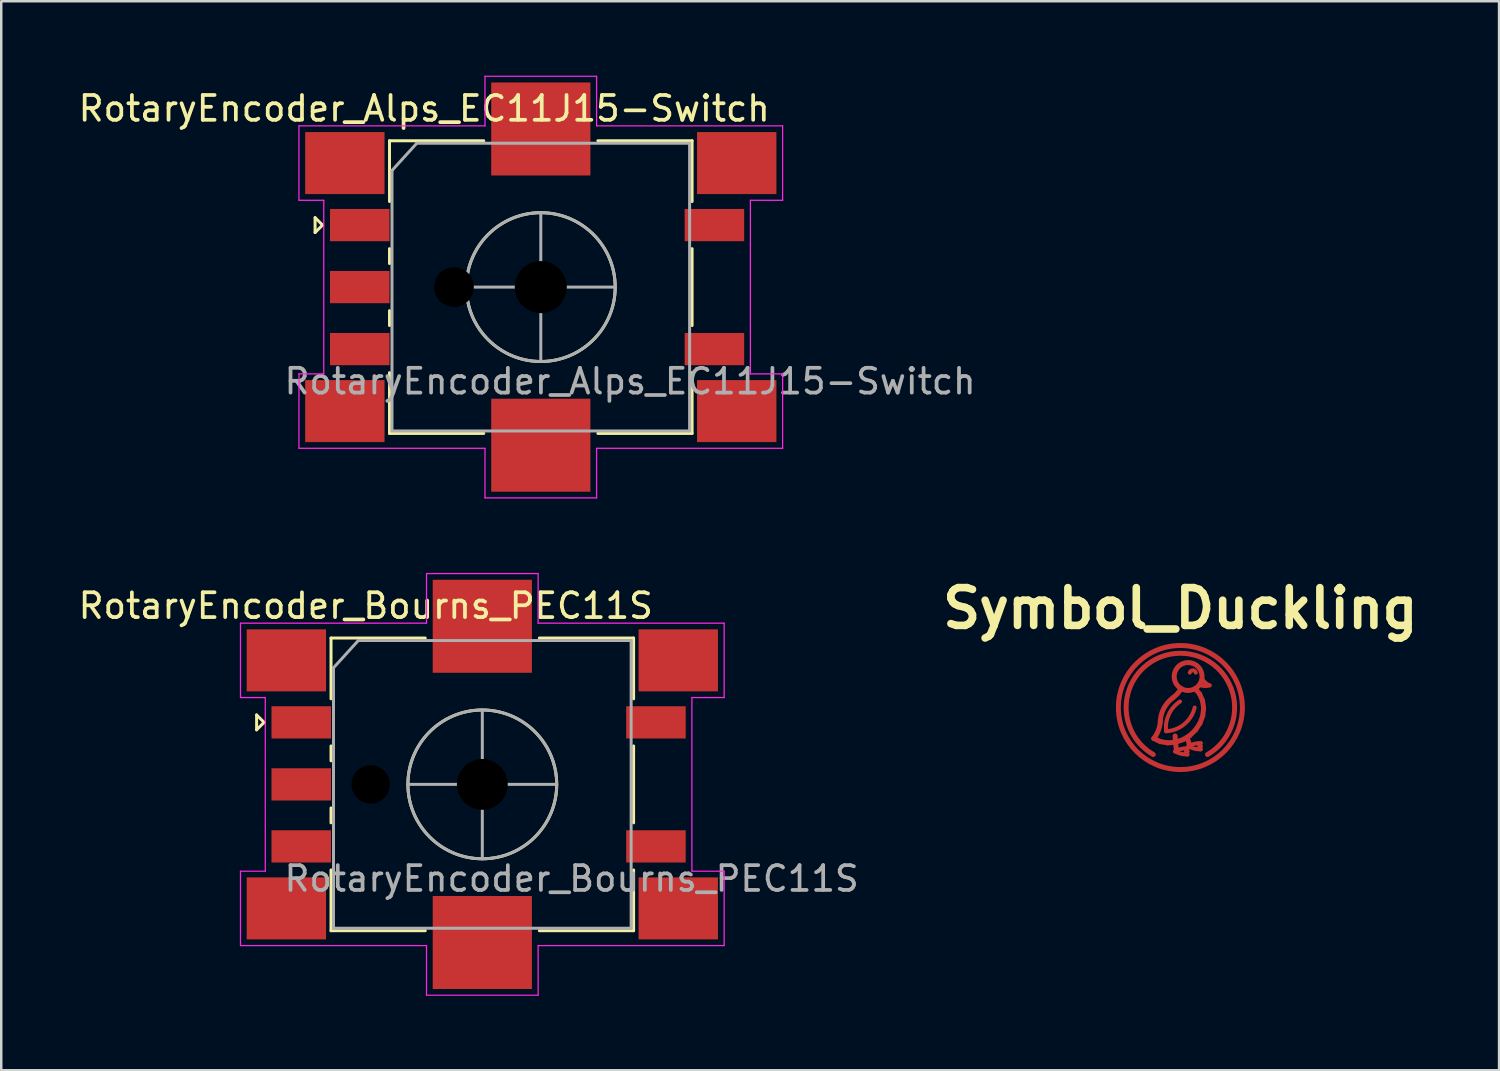
<source format=kicad_pcb>
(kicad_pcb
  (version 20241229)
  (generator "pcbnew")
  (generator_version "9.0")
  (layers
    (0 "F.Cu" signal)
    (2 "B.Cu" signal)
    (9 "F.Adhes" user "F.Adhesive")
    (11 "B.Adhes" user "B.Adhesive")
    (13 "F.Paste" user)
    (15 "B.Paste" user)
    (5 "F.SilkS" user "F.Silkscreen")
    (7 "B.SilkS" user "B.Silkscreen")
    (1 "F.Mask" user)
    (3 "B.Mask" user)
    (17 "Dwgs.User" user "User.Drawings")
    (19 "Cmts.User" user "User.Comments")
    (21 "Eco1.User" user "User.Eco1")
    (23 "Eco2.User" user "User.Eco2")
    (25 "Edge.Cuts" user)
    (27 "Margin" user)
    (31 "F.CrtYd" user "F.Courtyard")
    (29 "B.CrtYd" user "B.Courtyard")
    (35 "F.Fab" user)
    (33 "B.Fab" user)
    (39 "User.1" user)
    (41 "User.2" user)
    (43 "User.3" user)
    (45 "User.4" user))
  (footprint "RotaryEncoder_Alps_EC11J15-Switch"
    (layer "F.Cu")
    (at 18.754 8.525)
    (property "Reference" "RotaryEncoder_Alps_EC11J15-Switch" (at -4.7 -7.2 0) (layer "F.SilkS") (effects (font (size 1 1) (thickness 0.15))))
    (attr smd)
    (fp_line (start -9.1 -2.8) (end -8.8 -2.5) (stroke (width 0.12) (type solid)) (layer "F.SilkS"))
    (fp_line (start -9.1 -2.2) (end -9.1 -2.8) (stroke (width 0.12) (type solid)) (layer "F.SilkS"))
    (fp_line (start -8.8 -2.5) (end -9.1 -2.2) (stroke (width 0.12) (type solid)) (layer "F.SilkS"))
    (fp_line (start -6.1 -5.9) (end -6.1 -3.45) (stroke (width 0.12) (type solid)) (layer "F.SilkS"))
    (fp_line (start -6.1 -1.55) (end -6.1 -0.95) (stroke (width 0.12) (type solid)) (layer "F.SilkS"))
    (fp_line (start -6.1 1.55) (end -6.1 0.95) (stroke (width 0.12) (type solid)) (layer "F.SilkS"))
    (fp_line (start -6.1 3.45) (end -6.1 5.9) (stroke (width 0.12) (type solid)) (layer "F.SilkS"))
    (fp_line (start -2.3 -5.9) (end -6.1 -5.9) (stroke (width 0.12) (type solid)) (layer "F.SilkS"))
    (fp_line (start -2.3 5.9) (end -6.1 5.9) (stroke (width 0.12) (type solid)) (layer "F.SilkS"))
    (fp_line (start -0.5 0) (end 0.5 0) (stroke (width 0.12) (type solid)) (layer "F.SilkS"))
    (fp_line (start 0 -0.5) (end 0 0.5) (stroke (width 0.12) (type solid)) (layer "F.SilkS"))
    (fp_line (start 2.3 -5.9) (end 6.1 -5.9) (stroke (width 0.12) (type solid)) (layer "F.SilkS"))
    (fp_line (start 6.1 -5.9) (end 6.1 -3.45) (stroke (width 0.12) (type solid)) (layer "F.SilkS"))
    (fp_line (start 6.1 -1.55) (end 6.1 1.55) (stroke (width 0.12) (type solid)) (layer "F.SilkS"))
    (fp_line (start 6.1 3.45) (end 6.1 5.9) (stroke (width 0.12) (type solid)) (layer "F.SilkS"))
    (fp_line (start 6.1 5.9) (end 2.3 5.9) (stroke (width 0.12) (type solid)) (layer "F.SilkS"))
    (fp_circle (center 0 0) (end 3 0) (stroke (width 0.12) (type solid)) (fill no) (layer "F.SilkS"))
    (fp_line (start -9.75 -6.5) (end -9.75 -3.5) (stroke (width 0.05) (type solid)) (layer "F.CrtYd"))
    (fp_line (start -9.75 -6.5) (end -2.25 -6.5) (stroke (width 0.05) (type solid)) (layer "F.CrtYd"))
    (fp_line (start -9.75 3.5) (end -9.75 6.5) (stroke (width 0.05) (type solid)) (layer "F.CrtYd"))
    (fp_line (start -9.75 6.5) (end -2.25 6.5) (stroke (width 0.05) (type solid)) (layer "F.CrtYd"))
    (fp_line (start -8.75 -3.5) (end -9.75 -3.5) (stroke (width 0.05) (type solid)) (layer "F.CrtYd"))
    (fp_line (start -8.75 3.5) (end -9.75 3.5) (stroke (width 0.05) (type solid)) (layer "F.CrtYd"))
    (fp_line (start -8.75 3.5) (end -8.75 -3.5) (stroke (width 0.05) (type solid)) (layer "F.CrtYd"))
    (fp_line (start -2.25 -8.5) (end 2.25 -8.5) (stroke (width 0.05) (type solid)) (layer "F.CrtYd"))
    (fp_line (start -2.25 -6.5) (end -2.25 -8.5) (stroke (width 0.05) (type solid)) (layer "F.CrtYd"))
    (fp_line (start -2.25 8.5) (end -2.25 6.5) (stroke (width 0.05) (type solid)) (layer "F.CrtYd"))
    (fp_line (start 2.25 -6.5) (end 2.25 -8.5) (stroke (width 0.05) (type solid)) (layer "F.CrtYd"))
    (fp_line (start 2.25 8.5) (end -2.25 8.5) (stroke (width 0.05) (type solid)) (layer "F.CrtYd"))
    (fp_line (start 2.25 8.5) (end 2.25 6.5) (stroke (width 0.05) (type solid)) (layer "F.CrtYd"))
    (fp_line (start 8.45 3.5) (end 8.45 -3.5) (stroke (width 0.05) (type solid)) (layer "F.CrtYd"))
    (fp_line (start 9.75 -6.5) (end 2.25 -6.5) (stroke (width 0.05) (type solid)) (layer "F.CrtYd"))
    (fp_line (start 9.75 -3.5) (end 8.45 -3.5) (stroke (width 0.05) (type solid)) (layer "F.CrtYd"))
    (fp_line (start 9.75 -3.5) (end 9.75 -6.5) (stroke (width 0.05) (type solid)) (layer "F.CrtYd"))
    (fp_line (start 9.75 3.5) (end 8.45 3.5) (stroke (width 0.05) (type solid)) (layer "F.CrtYd"))
    (fp_line (start 9.75 6.5) (end 2.25 6.5) (stroke (width 0.05) (type solid)) (layer "F.CrtYd"))
    (fp_line (start 9.75 6.5) (end 9.75 3.5) (stroke (width 0.05) (type solid)) (layer "F.CrtYd"))
    (fp_line (start -6 -4.7) (end -5 -5.8) (stroke (width 0.12) (type solid)) (layer "F.Fab"))
    (fp_line (start -6 5.8) (end -6 -4.7) (stroke (width 0.12) (type solid)) (layer "F.Fab"))
    (fp_line (start -5 -5.8) (end 6 -5.8) (stroke (width 0.12) (type solid)) (layer "F.Fab"))
    (fp_line (start -3 0) (end 3 0) (stroke (width 0.12) (type solid)) (layer "F.Fab"))
    (fp_line (start 0 -3) (end 0 3) (stroke (width 0.12) (type solid)) (layer "F.Fab"))
    (fp_line (start 6 -5.8) (end 6 5.8) (stroke (width 0.12) (type solid)) (layer "F.Fab"))
    (fp_line (start 6 5.8) (end -6 5.8) (stroke (width 0.12) (type solid)) (layer "F.Fab"))
    (fp_circle (center 0 0) (end 3 0) (stroke (width 0.12) (type solid)) (fill no) (layer "F.Fab"))
    (fp_text user "${REFERENCE}" (at 3.6 3.8 0) (layer "F.Fab") (effects (font (size 1 1) (thickness 0.15))))
    (pad "" np_thru_hole circle (at -3.5 0) (size 1.6 1.6) (drill oval 2 1.6) (layers "*.Mask"))
    (pad "" np_thru_hole circle (at 0 0) (size 2.1 2.1) (drill 2.1) (layers "*.Mask"))
    (pad "A" smd rect (at -7.3 -2.5) (size 2.4 1.3) (layers "F.Cu" "F.Mask" "F.Paste"))
    (pad "B" smd rect (at -7.3 2.5) (size 2.4 1.3) (layers "F.Cu" "F.Mask" "F.Paste"))
    (pad "C" smd rect (at -7.3 0) (size 2.4 1.3) (layers "F.Cu" "F.Mask" "F.Paste"))
    (pad "MP" smd rect (at -7.9 -5) (size 3.2 2.5) (layers "F.Cu" "F.Mask" "F.Paste"))
    (pad "MP" smd rect (at -7.9 5) (size 3.2 2.5) (layers "F.Cu" "F.Mask" "F.Paste"))
    (pad "MP" smd rect (at 0 -6.375) (size 4 3.75) (layers "F.Cu" "F.Mask" "F.Paste"))
    (pad "MP" smd rect (at 0 6.375) (size 4 3.75) (layers "F.Cu" "F.Mask" "F.Paste"))
    (pad "MP" smd rect (at 7.9 -5) (size 3.2 2.5) (layers "F.Cu" "F.Mask" "F.Paste"))
    (pad "MP" smd rect (at 7.9 5) (size 3.2 2.5) (layers "F.Cu" "F.Mask" "F.Paste"))
    (pad "S1" smd rect (at 7 2.5) (size 2.4 1.3) (layers "F.Cu" "F.Mask" "F.Paste"))
    (pad "S2" smd rect (at 7 -2.5) (size 2.4 1.3) (layers "F.Cu" "F.Mask" "F.Paste"))
    (zone (net_name "") (layer "F.Cu") (hatch full 0.508) (connect_pads) (min_thickness 0.254) (filled_areas_thickness no) (keepout (tracks not_allowed) (vias not_allowed) (pads not_allowed) (copperpour not_allowed) (footprints allowed)) (placement (enabled no)) (fill) (polygon (pts (xy 16.004 5.375) (xy 13.754 5.375) (xy 13.754 2.025) (xy 16.004 2.025))))
    (zone (net_name "") (layer "F.Cu") (hatch full 0.508) (connect_pads) (min_thickness 0.254) (filled_areas_thickness no) (keepout (tracks not_allowed) (vias not_allowed) (pads not_allowed) (copperpour not_allowed) (footprints allowed)) (placement (enabled no)) (fill) (polygon (pts (xy 16.004 15.025) (xy 13.754 15.025) (xy 13.754 11.675) (xy 16.004 11.675))))
    (zone (net_name "") (layer "F.Cu") (hatch full 0.508) (connect_pads) (min_thickness 0.254) (filled_areas_thickness no) (keepout (tracks not_allowed) (vias not_allowed) (pads not_allowed) (copperpour not_allowed) (footprints allowed)) (placement (enabled no)) (fill) (polygon (pts (xy 23.754 5.375) (xy 21.504 5.375) (xy 21.504 2.025) (xy 23.754 2.025))))
    (zone (net_name "") (layer "F.Cu") (hatch full 0.508) (connect_pads) (min_thickness 0.254) (filled_areas_thickness no) (keepout (tracks not_allowed) (vias not_allowed) (pads not_allowed) (copperpour not_allowed) (footprints allowed)) (placement (enabled no)) (fill) (polygon (pts (xy 23.754 15.025) (xy 21.504 15.025) (xy 21.504 11.675) (xy 23.754 11.675)))))
  (footprint "RotaryEncoder_Bourns_PEC11S"
    (layer "F.Cu")
    (at 16.396 28.575)
    (property "Reference" "RotaryEncoder_Bourns_PEC11S" (at -4.7 -7.2 0) (layer "F.SilkS") (effects (font (size 1 1) (thickness 0.15))))
    (attr smd)
    (fp_line (start -9.1 -2.8) (end -8.8 -2.5) (stroke (width 0.12) (type solid)) (layer "F.SilkS"))
    (fp_line (start -9.1 -2.2) (end -9.1 -2.8) (stroke (width 0.12) (type solid)) (layer "F.SilkS"))
    (fp_line (start -8.8 -2.5) (end -9.1 -2.2) (stroke (width 0.12) (type solid)) (layer "F.SilkS"))
    (fp_line (start -6.1 -5.9) (end -6.1 -3.45) (stroke (width 0.12) (type solid)) (layer "F.SilkS"))
    (fp_line (start -6.1 -1.55) (end -6.1 -0.95) (stroke (width 0.12) (type solid)) (layer "F.SilkS"))
    (fp_line (start -6.1 1.55) (end -6.1 0.95) (stroke (width 0.12) (type solid)) (layer "F.SilkS"))
    (fp_line (start -6.1 3.45) (end -6.1 5.9) (stroke (width 0.12) (type solid)) (layer "F.SilkS"))
    (fp_line (start -2.3 -5.9) (end -6.1 -5.9) (stroke (width 0.12) (type solid)) (layer "F.SilkS"))
    (fp_line (start -2.3 5.9) (end -6.1 5.9) (stroke (width 0.12) (type solid)) (layer "F.SilkS"))
    (fp_line (start -0.5 0) (end 0.5 0) (stroke (width 0.12) (type solid)) (layer "F.SilkS"))
    (fp_line (start 0 -0.5) (end 0 0.5) (stroke (width 0.12) (type solid)) (layer "F.SilkS"))
    (fp_line (start 2.3 -5.9) (end 6.1 -5.9) (stroke (width 0.12) (type solid)) (layer "F.SilkS"))
    (fp_line (start 6.1 -5.9) (end 6.1 -3.45) (stroke (width 0.12) (type solid)) (layer "F.SilkS"))
    (fp_line (start 6.1 -1.55) (end 6.1 1.55) (stroke (width 0.12) (type solid)) (layer "F.SilkS"))
    (fp_line (start 6.1 3.45) (end 6.1 5.9) (stroke (width 0.12) (type solid)) (layer "F.SilkS"))
    (fp_line (start 6.1 5.9) (end 2.3 5.9) (stroke (width 0.12) (type solid)) (layer "F.SilkS"))
    (fp_circle (center 0 0) (end 3 0) (stroke (width 0.12) (type solid)) (fill no) (layer "F.SilkS"))
    (fp_line (start -9.75 -6.5) (end -9.75 -3.5) (stroke (width 0.05) (type solid)) (layer "F.CrtYd"))
    (fp_line (start -9.75 -6.5) (end -2.25 -6.5) (stroke (width 0.05) (type solid)) (layer "F.CrtYd"))
    (fp_line (start -9.75 3.5) (end -9.75 6.5) (stroke (width 0.05) (type solid)) (layer "F.CrtYd"))
    (fp_line (start -9.75 6.5) (end -2.25 6.5) (stroke (width 0.05) (type solid)) (layer "F.CrtYd"))
    (fp_line (start -8.75 -3.5) (end -9.75 -3.5) (stroke (width 0.05) (type solid)) (layer "F.CrtYd"))
    (fp_line (start -8.75 3.5) (end -9.75 3.5) (stroke (width 0.05) (type solid)) (layer "F.CrtYd"))
    (fp_line (start -8.75 3.5) (end -8.75 -3.5) (stroke (width 0.05) (type solid)) (layer "F.CrtYd"))
    (fp_line (start -2.25 -8.5) (end 2.25 -8.5) (stroke (width 0.05) (type solid)) (layer "F.CrtYd"))
    (fp_line (start -2.25 -6.5) (end -2.25 -8.5) (stroke (width 0.05) (type solid)) (layer "F.CrtYd"))
    (fp_line (start -2.25 8.5) (end -2.25 6.5) (stroke (width 0.05) (type solid)) (layer "F.CrtYd"))
    (fp_line (start 2.25 -6.5) (end 2.25 -8.5) (stroke (width 0.05) (type solid)) (layer "F.CrtYd"))
    (fp_line (start 2.25 8.5) (end -2.25 8.5) (stroke (width 0.05) (type solid)) (layer "F.CrtYd"))
    (fp_line (start 2.25 8.5) (end 2.25 6.5) (stroke (width 0.05) (type solid)) (layer "F.CrtYd"))
    (fp_line (start 8.45 3.5) (end 8.45 -3.5) (stroke (width 0.05) (type solid)) (layer "F.CrtYd"))
    (fp_line (start 9.75 -6.5) (end 2.25 -6.5) (stroke (width 0.05) (type solid)) (layer "F.CrtYd"))
    (fp_line (start 9.75 -3.5) (end 8.45 -3.5) (stroke (width 0.05) (type solid)) (layer "F.CrtYd"))
    (fp_line (start 9.75 -3.5) (end 9.75 -6.5) (stroke (width 0.05) (type solid)) (layer "F.CrtYd"))
    (fp_line (start 9.75 3.5) (end 8.45 3.5) (stroke (width 0.05) (type solid)) (layer "F.CrtYd"))
    (fp_line (start 9.75 6.5) (end 2.25 6.5) (stroke (width 0.05) (type solid)) (layer "F.CrtYd"))
    (fp_line (start 9.75 6.5) (end 9.75 3.5) (stroke (width 0.05) (type solid)) (layer "F.CrtYd"))
    (fp_line (start -6 -4.7) (end -5 -5.8) (stroke (width 0.12) (type solid)) (layer "F.Fab"))
    (fp_line (start -6 5.8) (end -6 -4.7) (stroke (width 0.12) (type solid)) (layer "F.Fab"))
    (fp_line (start -5 -5.8) (end 6 -5.8) (stroke (width 0.12) (type solid)) (layer "F.Fab"))
    (fp_line (start -3 0) (end 3 0) (stroke (width 0.12) (type solid)) (layer "F.Fab"))
    (fp_line (start 0 -3) (end 0 3) (stroke (width 0.12) (type solid)) (layer "F.Fab"))
    (fp_line (start 6 -5.8) (end 6 5.8) (stroke (width 0.12) (type solid)) (layer "F.Fab"))
    (fp_line (start 6 5.8) (end -6 5.8) (stroke (width 0.12) (type solid)) (layer "F.Fab"))
    (fp_circle (center 0 0) (end 3 0) (stroke (width 0.12) (type solid)) (fill no) (layer "F.Fab"))
    (fp_text user "${REFERENCE}" (at 3.6 3.8 0) (layer "F.Fab") (effects (font (size 1 1) (thickness 0.15))))
    (pad "" np_thru_hole circle (at -4.5 0) (size 1.55 1.55) (drill oval 2.2 1.55) (layers "*.Mask"))
    (pad "" np_thru_hole circle (at 0 0) (size 2.05 2.05) (drill 2.05) (layers "*.Mask"))
    (pad "A" smd rect (at -7.3 -2.5) (size 2.4 1.3) (layers "F.Cu" "F.Mask" "F.Paste"))
    (pad "B" smd rect (at -7.3 2.5) (size 2.4 1.3) (layers "F.Cu" "F.Mask" "F.Paste"))
    (pad "C" smd rect (at -7.3 0) (size 2.4 1.3) (layers "F.Cu" "F.Mask" "F.Paste"))
    (pad "MP" smd rect (at -7.9 -5) (size 3.2 2.5) (layers "F.Cu" "F.Mask" "F.Paste"))
    (pad "MP" smd rect (at -7.9 5) (size 3.2 2.5) (layers "F.Cu" "F.Mask" "F.Paste"))
    (pad "MP" smd rect (at 0 -6.375) (size 4 3.75) (layers "F.Cu" "F.Mask" "F.Paste"))
    (pad "MP" smd rect (at 0 6.375) (size 4 3.75) (layers "F.Cu" "F.Mask" "F.Paste"))
    (pad "MP" smd rect (at 7.9 -5) (size 3.2 2.5) (layers "F.Cu" "F.Mask" "F.Paste"))
    (pad "MP" smd rect (at 7.9 5) (size 3.2 2.5) (layers "F.Cu" "F.Mask" "F.Paste"))
    (pad "S1" smd rect (at 7 2.5) (size 2.4 1.3) (layers "F.Cu" "F.Mask" "F.Paste"))
    (pad "S2" smd rect (at 7 -2.5) (size 2.4 1.3) (layers "F.Cu" "F.Mask" "F.Paste"))
    (zone (net_name "") (layer "F.Cu") (hatch full 0.508) (connect_pads) (min_thickness 0.254) (filled_areas_thickness no) (keepout (tracks not_allowed) (vias not_allowed) (pads not_allowed) (copperpour not_allowed) (footprints allowed)) (placement (enabled no)) (fill) (polygon (pts (xy 13.646 25.425) (xy 11.396 25.425) (xy 11.396 22.075) (xy 13.646 22.075))))
    (zone (net_name "") (layer "F.Cu") (hatch full 0.508) (connect_pads) (min_thickness 0.254) (filled_areas_thickness no) (keepout (tracks not_allowed) (vias not_allowed) (pads not_allowed) (copperpour not_allowed) (footprints allowed)) (placement (enabled no)) (fill) (polygon (pts (xy 13.646 35.075) (xy 11.396 35.075) (xy 11.396 31.725) (xy 13.646 31.725))))
    (zone (net_name "") (layer "F.Cu") (hatch full 0.508) (connect_pads) (min_thickness 0.254) (filled_areas_thickness no) (keepout (tracks not_allowed) (vias not_allowed) (pads not_allowed) (copperpour not_allowed) (footprints allowed)) (placement (enabled no)) (fill) (polygon (pts (xy 21.396 25.425) (xy 19.146 25.425) (xy 19.146 22.075) (xy 21.396 22.075))))
    (zone (net_name "") (layer "F.Cu") (hatch full 0.508) (connect_pads) (min_thickness 0.254) (filled_areas_thickness no) (keepout (tracks not_allowed) (vias not_allowed) (pads not_allowed) (copperpour not_allowed) (footprints allowed)) (placement (enabled no)) (fill) (polygon (pts (xy 21.396 35.075) (xy 19.146 35.075) (xy 19.146 31.725) (xy 21.396 31.725)))))
  (footprint "Symbol_Duckling"
    (layer "F.Cu")
    (at 44.541 25.476)
    (property "Reference" "Symbol_Duckling" (at 0 -4 0) (layer "F.SilkS") (effects (font (size 1.524 1.524) (thickness 0.305))))
    (attr exclude_from_pos_files exclude_from_bom)
    (fp_line (start -1.072 1.25) (end -0.807 1.374) (stroke (width 0.2) (type solid)) (layer "F.Cu"))
    (fp_line (start -0.807 1.374) (end -0.511 1.425) (stroke (width 0.2) (type solid)) (layer "F.Cu"))
    (fp_line (start -0.511 1.425) (end -0.202 1.399) (stroke (width 0.2) (type solid)) (layer "F.Cu"))
    (fp_line (start -0.202 1.399) (end 0.101 1.298) (stroke (width 0.2) (type solid)) (layer "F.Cu"))
    (fp_line (start -0.2 1.396) (end -0.212 1.147) (stroke (width 0.2) (type solid)) (layer "F.Cu"))
    (fp_line (start -0.151 1.769) (end -0.2 1.396) (stroke (width 0.2) (type solid)) (layer "F.Cu"))
    (fp_line (start 0.101 1.298) (end 0.379 1.128) (stroke (width 0.2) (type solid)) (layer "F.Cu"))
    (fp_line (start 0.379 1.128) (end 0.614 0.9) (stroke (width 0.2) (type solid)) (layer "F.Cu"))
    (fp_line (start 0.383 1.561) (end 0.274 1.203) (stroke (width 0.2) (type solid)) (layer "F.Cu"))
    (fp_line (start 0.614 0.9) (end 0.793 0.628) (stroke (width 0.2) (type solid)) (layer "F.Cu"))
    (fp_line (start 0.778 -0.541) (end 0.594 -0.763) (stroke (width 0.2) (type solid)) (layer "F.Cu"))
    (fp_line (start 0.793 0.628) (end 0.903 0.33) (stroke (width 0.2) (type solid)) (layer "F.Cu"))
    (fp_line (start 0.895 -0.274) (end 0.778 -0.541) (stroke (width 0.2) (type solid)) (layer "F.Cu"))
    (fp_line (start 0.903 0.33) (end 0.937 0.022) (stroke (width 0.2) (type solid)) (layer "F.Cu"))
    (fp_line (start 0.937 0.022) (end 0.895 -0.274) (stroke (width 0.2) (type solid)) (layer "F.Cu"))
    (fp_arc (start -1.09375 1.894429) (mid 0.000001 -2.187499) (end 1.093749 1.89443) (stroke (width 0.2) (type solid)) (layer "F.Cu"))
    (fp_arc (start -0.809366 0.547561) (mid -0.66162 0.021386) (end -0.303506 -0.391461) (stroke (width 0.2) (type solid)) (layer "F.Cu"))
    (fp_arc (start -0.809364 0.547562) (mid -0.886856 0.918958) (end -1.072198 1.25) (stroke (width 0.2) (type solid)) (layer "F.Cu"))
    (fp_arc (start -0.573838 0.957346) (mid -0.465724 0.276787) (end -0.013396 -0.243068) (stroke (width 0.16) (type solid)) (layer "F.Cu"))
    (fp_arc (start -0.213115 1.768832) (mid 0.02807 1.671354) (end 0.286757 1.643905) (stroke (width 0.16) (type solid)) (layer "F.Cu"))
    (fp_arc (start 0.03125 -0.762861) (mid -0.117369 -0.560252) (end -0.303506 -0.391461) (stroke (width 0.2) (type solid)) (layer "F.Cu"))
    (fp_arc (start 0.28661 1.89391) (mid 0.027927 1.866421) (end -0.213243 1.768905) (stroke (width 0.16) (type solid)) (layer "F.Cu"))
    (fp_arc (start 0.286757 1.768905) (mid 0.224257 1.706405) (end 0.286757 1.643905) (stroke (width 0.16) (type solid)) (layer "F.Cu"))
    (fp_arc (start 0.286757 1.893905) (mid 0.224257 1.831405) (end 0.286757 1.768905) (stroke (width 0.16) (type solid)) (layer "F.Cu"))
    (fp_arc (start 0.320186 1.561377) (mid 0.561371 1.463899) (end 0.820058 1.43645) (stroke (width 0.16) (type solid)) (layer "F.Cu"))
    (fp_arc (start 0.37926 -1.407352) (mid 0.5 -1.499999) (end 0.62074 -1.407352) (stroke (width 0.16) (type solid)) (layer "F.Cu"))
    (fp_arc (start 0.575946 0.000734) (mid 0.159981 0.670103) (end -0.573812 0.957555) (stroke (width 0.16) (type solid)) (layer "F.Cu"))
    (fp_arc (start 0.819911 1.686455) (mid 0.561228 1.658966) (end 0.320058 1.56145) (stroke (width 0.16) (type solid)) (layer "F.Cu"))
    (fp_arc (start 0.820058 1.56145) (mid 0.757558 1.49895) (end 0.820058 1.43645) (stroke (width 0.16) (type solid)) (layer "F.Cu"))
    (fp_arc (start 0.820058 1.68645) (mid 0.757558 1.62395) (end 0.820058 1.56145) (stroke (width 0.16) (type solid)) (layer "F.Cu"))
    (fp_arc (start 1.178836 -0.891151) (mid 1.000173 -1.003684) (end 0.869178 -1.169286) (stroke (width 0.16) (type solid)) (layer "F.Cu"))
    (fp_arc (start 1.178844 -0.891296) (mid 0.969127 -0.866753) (end 0.763205 -0.913443) (stroke (width 0.16) (type solid)) (layer "F.Cu"))
    (fp_circle (center 0 0) (end 2.5 0) (stroke (width 0.2) (type solid)) (fill no) (layer "F.Cu"))
    (fp_circle (center 0.312 -1.25) (end 0.875 -1.25) (stroke (width 0.2) (type solid)) (fill no) (layer "F.Cu"))
    (fp_circle (center 0 0) (end 1.25 0) (stroke (width 2.5) (type solid)) (fill no) (layer "F.Mask")))
  (gr_rect
    (start -3 -3)
    (end 57.389 40.1)
    (stroke (width 0.1) (type default))
    (fill no)
    (layer "Edge.Cuts")))
</source>
